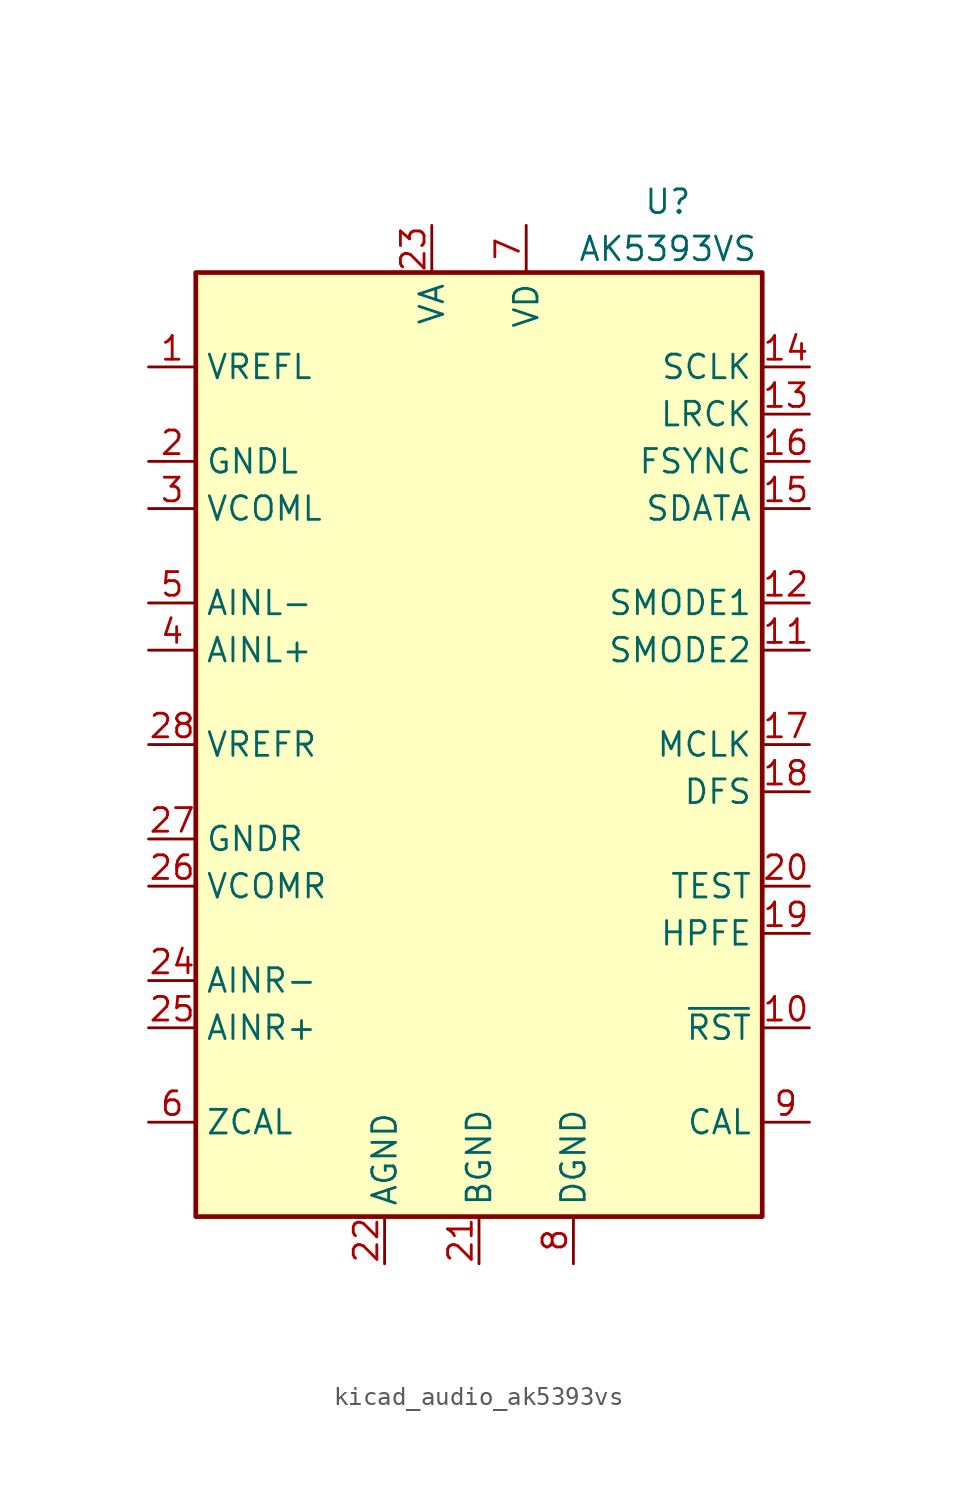
<source format=kicad_sym>
(kicad_symbol_lib
  (version 20220914)
  (generator kicad_symbol_editor)
  (symbol "kicad_audio_ak5393vs"
    (property "Reference" "U"
      (at 10.16 29.21 0)
      (effects (font (size 1.27 1.27))))
    (property "Value" "AK5393VS"
      (at 10.16 26.67 0)
      (effects (font (size 1.27 1.27))))
    (symbol "kicad_audio_ak5393vs_0_1"
      (rectangle (start -15.24 25.4) (end 15.24 -25.4) (stroke (width 0.254) (type default)) (fill (type background))))
    (symbol "kicad_audio_ak5393vs_1_1"
      (pin output line (at -17.78 20.32 0) (length 2.54) (name "VREFL" (effects (font (size 1.27 1.27)))) (number "1" (effects (font (size 1.27 1.27)))))
      (pin input line (at 17.78 -15.24 180) (length 2.54) (name "~{RST}" (effects (font (size 1.27 1.27)))) (number "10" (effects (font (size 1.27 1.27)))))
      (pin input line (at 17.78 5.08 180) (length 2.54) (name "SMODE2" (effects (font (size 1.27 1.27)))) (number "11" (effects (font (size 1.27 1.27)))))
      (pin input line (at 17.78 7.62 180) (length 2.54) (name "SMODE1" (effects (font (size 1.27 1.27)))) (number "12" (effects (font (size 1.27 1.27)))))
      (pin bidirectional line (at 17.78 17.78 180) (length 2.54) (name "LRCK" (effects (font (size 1.27 1.27)))) (number "13" (effects (font (size 1.27 1.27)))))
      (pin bidirectional line (at 17.78 20.32 180) (length 2.54) (name "SCLK" (effects (font (size 1.27 1.27)))) (number "14" (effects (font (size 1.27 1.27)))))
      (pin output line (at 17.78 12.7 180) (length 2.54) (name "SDATA" (effects (font (size 1.27 1.27)))) (number "15" (effects (font (size 1.27 1.27)))))
      (pin bidirectional line (at 17.78 15.24 180) (length 2.54) (name "FSYNC" (effects (font (size 1.27 1.27)))) (number "16" (effects (font (size 1.27 1.27)))))
      (pin input line (at 17.78 0 180) (length 2.54) (name "MCLK" (effects (font (size 1.27 1.27)))) (number "17" (effects (font (size 1.27 1.27)))))
      (pin input line (at 17.78 -2.54 180) (length 2.54) (name "DFS" (effects (font (size 1.27 1.27)))) (number "18" (effects (font (size 1.27 1.27)))))
      (pin input line (at 17.78 -10.16 180) (length 2.54) (name "HPFE" (effects (font (size 1.27 1.27)))) (number "19" (effects (font (size 1.27 1.27)))))
      (pin power_in line (at -17.78 15.24 0) (length 2.54) (name "GNDL" (effects (font (size 1.27 1.27)))) (number "2" (effects (font (size 1.27 1.27)))))
      (pin input line (at 17.78 -7.62 180) (length 2.54) (name "TEST" (effects (font (size 1.27 1.27)))) (number "20" (effects (font (size 1.27 1.27)))))
      (pin power_in line (at 0 -27.94 90) (length 2.54) (name "BGND" (effects (font (size 1.27 1.27)))) (number "21" (effects (font (size 1.27 1.27)))))
      (pin power_in line (at -5.08 -27.94 90) (length 2.54) (name "AGND" (effects (font (size 1.27 1.27)))) (number "22" (effects (font (size 1.27 1.27)))))
      (pin power_in line (at -2.54 27.94 270) (length 2.54) (name "VA" (effects (font (size 1.27 1.27)))) (number "23" (effects (font (size 1.27 1.27)))))
      (pin input line (at -17.78 -12.7 0) (length 2.54) (name "AINR-" (effects (font (size 1.27 1.27)))) (number "24" (effects (font (size 1.27 1.27)))))
      (pin input line (at -17.78 -15.24 0) (length 2.54) (name "AINR+" (effects (font (size 1.27 1.27)))) (number "25" (effects (font (size 1.27 1.27)))))
      (pin output line (at -17.78 -7.62 0) (length 2.54) (name "VCOMR" (effects (font (size 1.27 1.27)))) (number "26" (effects (font (size 1.27 1.27)))))
      (pin output line (at -17.78 -5.08 0) (length 2.54) (name "GNDR" (effects (font (size 1.27 1.27)))) (number "27" (effects (font (size 1.27 1.27)))))
      (pin output line (at -17.78 0 0) (length 2.54) (name "VREFR" (effects (font (size 1.27 1.27)))) (number "28" (effects (font (size 1.27 1.27)))))
      (pin output line (at -17.78 12.7 0) (length 2.54) (name "VCOML" (effects (font (size 1.27 1.27)))) (number "3" (effects (font (size 1.27 1.27)))))
      (pin input line (at -17.78 5.08 0) (length 2.54) (name "AINL+" (effects (font (size 1.27 1.27)))) (number "4" (effects (font (size 1.27 1.27)))))
      (pin input line (at -17.78 7.62 0) (length 2.54) (name "AINL-" (effects (font (size 1.27 1.27)))) (number "5" (effects (font (size 1.27 1.27)))))
      (pin input line (at -17.78 -20.32 0) (length 2.54) (name "ZCAL" (effects (font (size 1.27 1.27)))) (number "6" (effects (font (size 1.27 1.27)))))
      (pin power_in line (at 2.54 27.94 270) (length 2.54) (name "VD" (effects (font (size 1.27 1.27)))) (number "7" (effects (font (size 1.27 1.27)))))
      (pin power_in line (at 5.08 -27.94 90) (length 2.54) (name "DGND" (effects (font (size 1.27 1.27)))) (number "8" (effects (font (size 1.27 1.27)))))
      (pin output line (at 17.78 -20.32 180) (length 2.54) (name "CAL" (effects (font (size 1.27 1.27)))) (number "9" (effects (font (size 1.27 1.27))))))))
</source>
